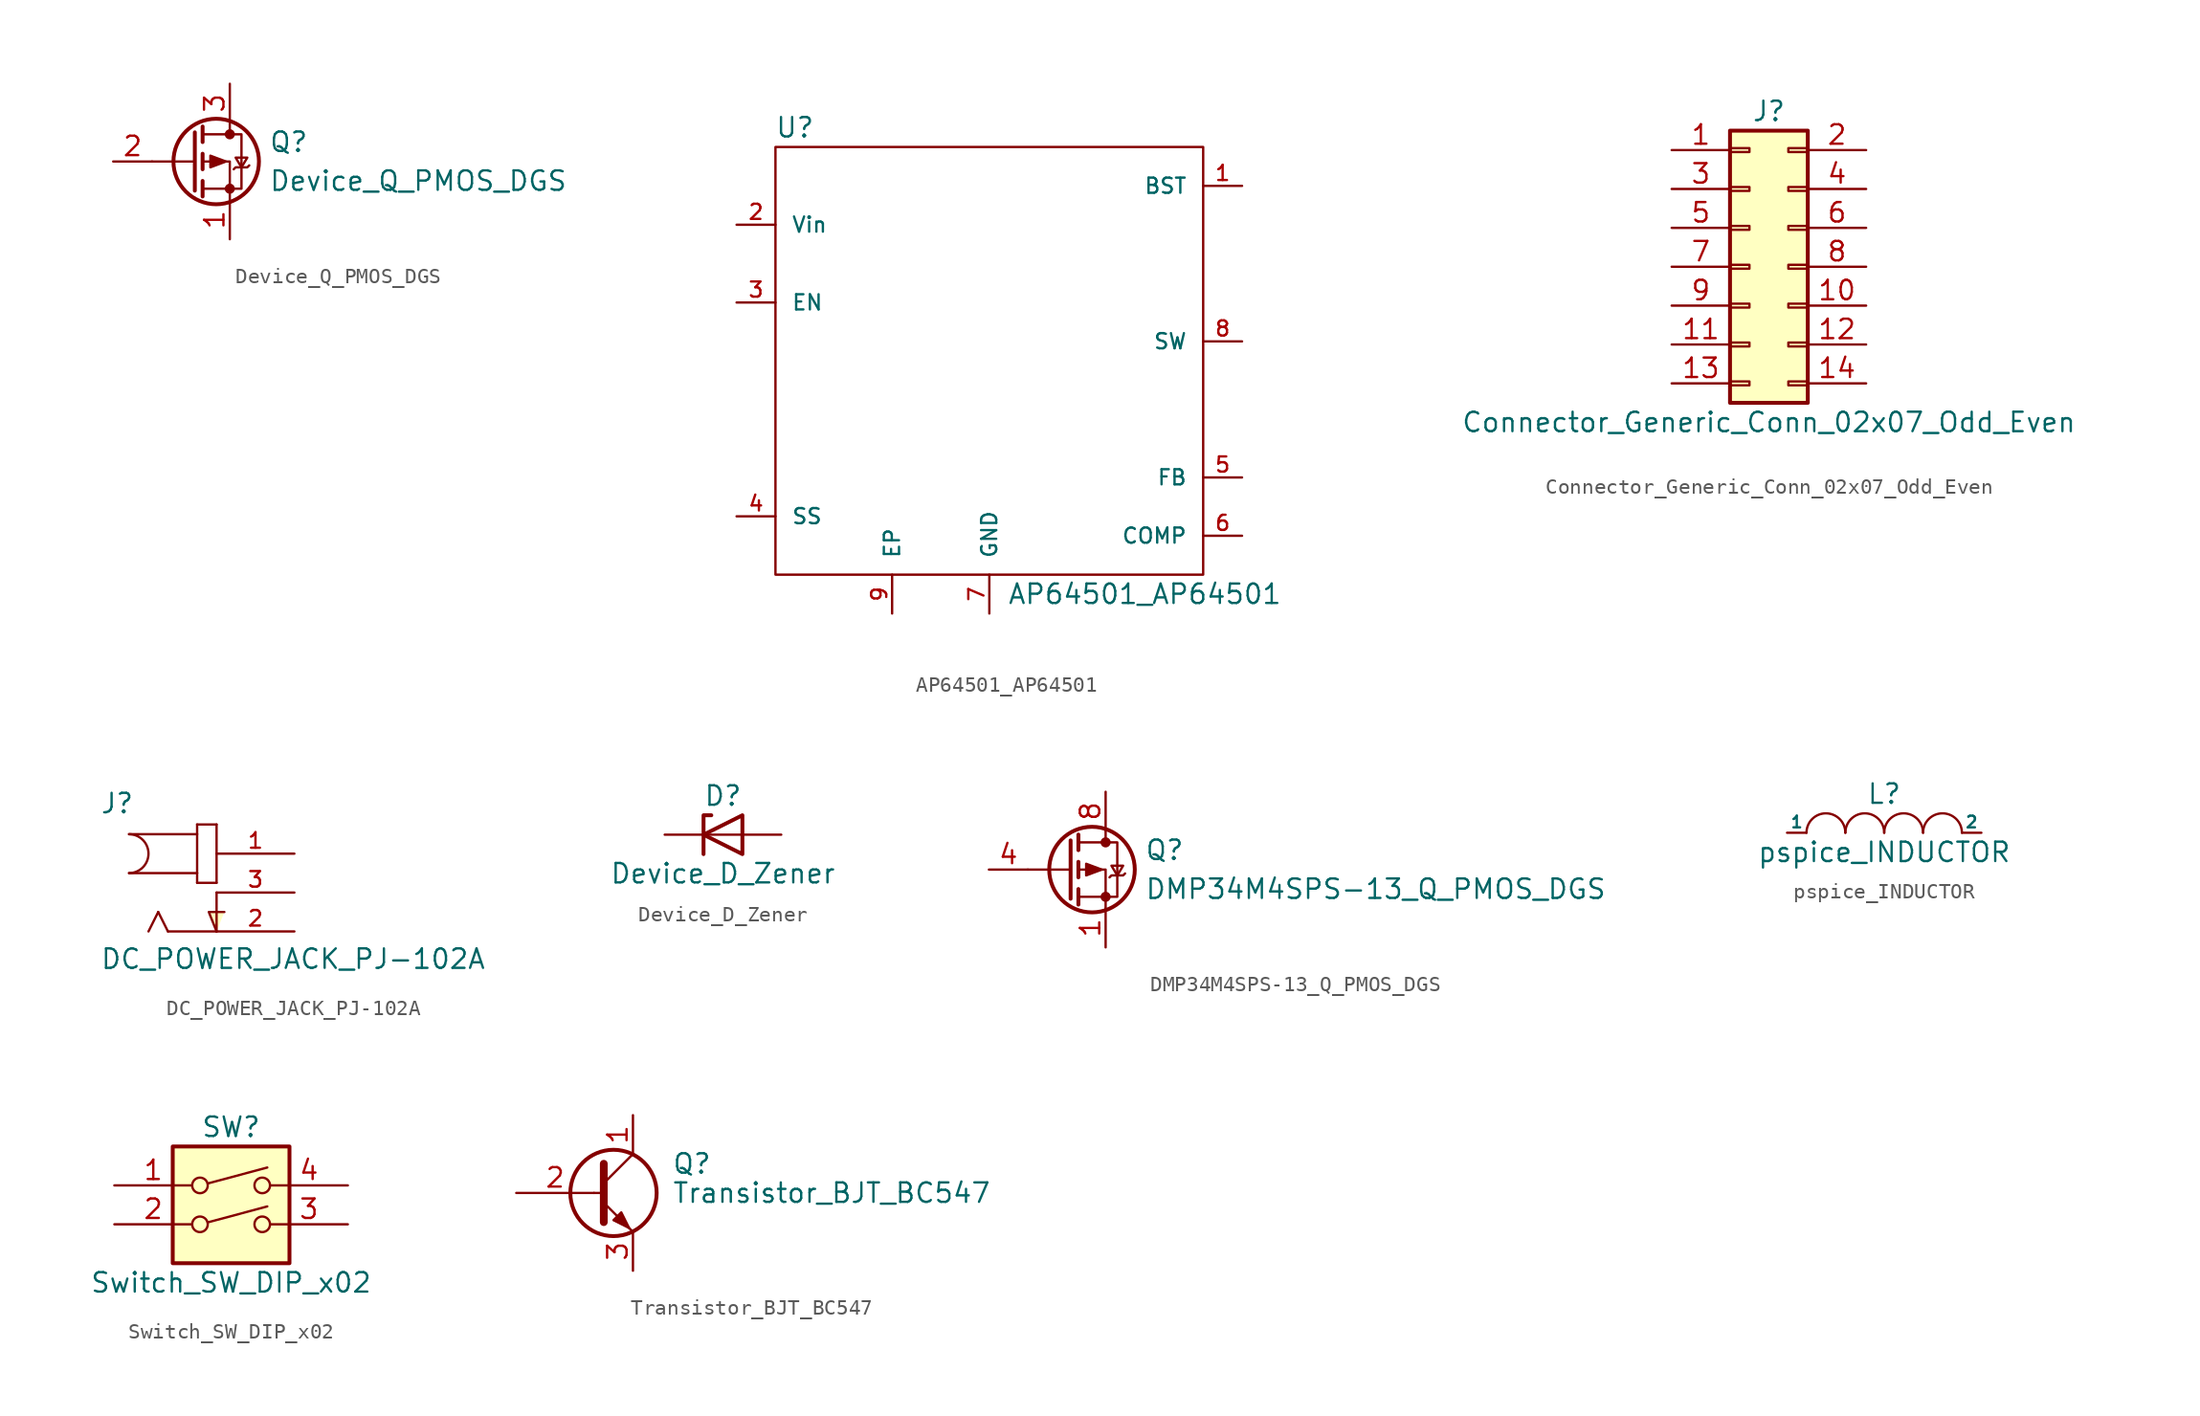
<source format=kicad_sym>
(kicad_symbol_lib
  (version 20210619)
  (generator kicad_symbol_editor)
  (symbol "5V_DC-DC_Converter-cache:Device_Q_PMOS_DGS"
    (pin_names
      (offset 0) hide)
    (property "Reference" "Q"
      (at 5.08 1.27 0)
      (effects (font (size 1.27 1.27)) (justify left)))
    (property "Value" "Device_Q_PMOS_DGS"
      (at 5.08 -1.27 0)
      (effects (font (size 1.27 1.27)) (justify left)))
    (symbol "Device_Q_PMOS_DGS_0_1"
      (circle (center 1.651 0) (radius 2.794) (stroke (width 0.254)) (fill (type none)))
      (circle (center 2.54 -1.778) (radius 0.254) (stroke (width 0)) (fill (type outline)))
      (circle (center 2.54 1.778) (radius 0.254) (stroke (width 0)) (fill (type outline)))
      (polyline (pts (xy 0.254 0) (xy -2.54 0)) (stroke (width 0)) (fill (type none)))
      (polyline (pts (xy 0.254 1.905) (xy 0.254 -1.905)) (stroke (width 0.254)) (fill (type none)))
      (polyline (pts (xy 0.762 -1.27) (xy 0.762 -2.286)) (stroke (width 0.254)) (fill (type none)))
      (polyline (pts (xy 0.762 0.508) (xy 0.762 -0.508)) (stroke (width 0.254)) (fill (type none)))
      (polyline (pts (xy 0.762 2.286) (xy 0.762 1.27)) (stroke (width 0.254)) (fill (type none)))
      (polyline (pts (xy 2.54 2.54) (xy 2.54 1.778)) (stroke (width 0)) (fill (type none)))
      (polyline (pts (xy 2.54 -2.54) (xy 2.54 0) (xy 0.762 0)) (stroke (width 0)) (fill (type none)))
      (polyline (pts (xy 0.762 1.778) (xy 3.302 1.778) (xy 3.302 -1.778) (xy 0.762 -1.778)) (stroke (width 0)) (fill (type none)))
      (polyline (pts (xy 2.794 -0.508) (xy 2.921 -0.381) (xy 3.683 -0.381) (xy 3.81 -0.254)) (stroke (width 0)) (fill (type none)))
      (polyline (pts (xy 3.302 -0.381) (xy 2.921 0.254) (xy 3.683 0.254) (xy 3.302 -0.381)) (stroke (width 0)) (fill (type none)))
      (polyline (pts (xy 2.286 0) (xy 1.27 0.381) (xy 1.27 -0.381) (xy 2.286 0)) (stroke (width 0)) (fill (type outline))))
    (symbol "Device_Q_PMOS_DGS_1_1"
      (pin passive line (at 2.54 -5.08 90) (length 2.54) (name "S" (effects (font (size 1.27 1.27)))) (number "1" (effects (font (size 1.27 1.27)))))
      (pin input line (at -5.08 0 0) (length 2.54) (name "G" (effects (font (size 1.27 1.27)))) (number "2" (effects (font (size 1.27 1.27)))))
      (pin passive line (at 2.54 5.08 270) (length 2.54) (name "D" (effects (font (size 1.27 1.27)))) (number "3" (effects (font (size 1.27 1.27)))))))
  (symbol "AP64501_AP64501"
    (pin_names
      (offset 1.016))
    (property "Reference" "U"
      (at -12.7 15.24 0)
      (effects (font (size 1.27 1.27))))
    (property "Value" "AP64501_AP64501"
      (at 10.16 -15.24 0)
      (effects (font (size 1.27 1.27))))
    (symbol "AP64501_AP64501_0_1"
      (rectangle (start -13.97 13.97) (end 13.97 -13.97) (stroke (width 0)) (fill (type none))))
    (symbol "AP64501_AP64501_1_1"
      (pin input line (at 16.51 11.43 180) (length 2.54) (name "BST" (effects (font (size 0.991 0.991)))) (number "1" (effects (font (size 0.991 0.991)))))
      (pin input line (at -16.51 8.89 0) (length 2.54) (name "Vin" (effects (font (size 0.991 0.991)))) (number "2" (effects (font (size 0.991 0.991)))))
      (pin input line (at -16.51 3.81 0) (length 2.54) (name "EN" (effects (font (size 0.991 0.991)))) (number "3" (effects (font (size 0.991 0.991)))))
      (pin input line (at -16.51 -10.16 0) (length 2.54) (name "SS" (effects (font (size 0.991 0.991)))) (number "4" (effects (font (size 0.991 0.991)))))
      (pin input line (at 16.51 -7.62 180) (length 2.54) (name "FB" (effects (font (size 0.991 0.991)))) (number "5" (effects (font (size 0.991 0.991)))))
      (pin input line (at 16.51 -11.43 180) (length 2.54) (name "COMP" (effects (font (size 0.991 0.991)))) (number "6" (effects (font (size 0.991 0.991)))))
      (pin power_in line (at 0 -16.51 90) (length 2.54) (name "GND" (effects (font (size 0.991 0.991)))) (number "7" (effects (font (size 0.991 0.991)))))
      (pin input line (at 16.51 1.27 180) (length 2.54) (name "SW" (effects (font (size 0.991 0.991)))) (number "8" (effects (font (size 0.991 0.991)))))
      (pin power_in line (at -6.35 -16.51 90) (length 2.54) (name "EP" (effects (font (size 0.991 0.991)))) (number "9" (effects (font (size 0.991 0.991)))))))
  (symbol "Connector_Generic_Conn_02x07_Odd_Even"
    (pin_names
      (offset 1.016) hide)
    (property "Reference" "J"
      (at 1.27 10.16 0)
      (effects (font (size 1.27 1.27))))
    (property "Value" "Connector_Generic_Conn_02x07_Odd_Even"
      (at 1.27 -10.16 0)
      (effects (font (size 1.27 1.27))))
    (symbol "Connector_Generic_Conn_02x07_Odd_Even_1_1"
      (rectangle (start -1.27 -7.493) (end 0 -7.747) (stroke (width 0.152)) (fill (type none)))
      (rectangle (start -1.27 -4.953) (end 0 -5.207) (stroke (width 0.152)) (fill (type none)))
      (rectangle (start -1.27 -2.413) (end 0 -2.667) (stroke (width 0.152)) (fill (type none)))
      (rectangle (start -1.27 0.127) (end 0 -0.127) (stroke (width 0.152)) (fill (type none)))
      (rectangle (start -1.27 2.667) (end 0 2.413) (stroke (width 0.152)) (fill (type none)))
      (rectangle (start -1.27 5.207) (end 0 4.953) (stroke (width 0.152)) (fill (type none)))
      (rectangle (start -1.27 7.747) (end 0 7.493) (stroke (width 0.152)) (fill (type none)))
      (rectangle (start 3.81 -7.493) (end 2.54 -7.747) (stroke (width 0.152)) (fill (type none)))
      (rectangle (start 3.81 -4.953) (end 2.54 -5.207) (stroke (width 0.152)) (fill (type none)))
      (rectangle (start 3.81 -2.413) (end 2.54 -2.667) (stroke (width 0.152)) (fill (type none)))
      (rectangle (start 3.81 0.127) (end 2.54 -0.127) (stroke (width 0.152)) (fill (type none)))
      (rectangle (start 3.81 2.667) (end 2.54 2.413) (stroke (width 0.152)) (fill (type none)))
      (rectangle (start 3.81 5.207) (end 2.54 4.953) (stroke (width 0.152)) (fill (type none)))
      (rectangle (start 3.81 7.747) (end 2.54 7.493) (stroke (width 0.152)) (fill (type none)))
      (rectangle (start -1.27 8.89) (end 3.81 -8.89) (stroke (width 0.254)) (fill (type background)))
      (pin passive line (at -5.08 7.62 0) (length 3.81) (name "Pin_1" (effects (font (size 1.27 1.27)))) (number "1" (effects (font (size 1.27 1.27)))))
      (pin passive line (at 7.62 -2.54 180) (length 3.81) (name "Pin_10" (effects (font (size 1.27 1.27)))) (number "10" (effects (font (size 1.27 1.27)))))
      (pin passive line (at -5.08 -5.08 0) (length 3.81) (name "Pin_11" (effects (font (size 1.27 1.27)))) (number "11" (effects (font (size 1.27 1.27)))))
      (pin passive line (at 7.62 -5.08 180) (length 3.81) (name "Pin_12" (effects (font (size 1.27 1.27)))) (number "12" (effects (font (size 1.27 1.27)))))
      (pin passive line (at -5.08 -7.62 0) (length 3.81) (name "Pin_13" (effects (font (size 1.27 1.27)))) (number "13" (effects (font (size 1.27 1.27)))))
      (pin passive line (at 7.62 -7.62 180) (length 3.81) (name "Pin_14" (effects (font (size 1.27 1.27)))) (number "14" (effects (font (size 1.27 1.27)))))
      (pin passive line (at 7.62 7.62 180) (length 3.81) (name "Pin_2" (effects (font (size 1.27 1.27)))) (number "2" (effects (font (size 1.27 1.27)))))
      (pin passive line (at -5.08 5.08 0) (length 3.81) (name "Pin_3" (effects (font (size 1.27 1.27)))) (number "3" (effects (font (size 1.27 1.27)))))
      (pin passive line (at 7.62 5.08 180) (length 3.81) (name "Pin_4" (effects (font (size 1.27 1.27)))) (number "4" (effects (font (size 1.27 1.27)))))
      (pin passive line (at -5.08 2.54 0) (length 3.81) (name "Pin_5" (effects (font (size 1.27 1.27)))) (number "5" (effects (font (size 1.27 1.27)))))
      (pin passive line (at 7.62 2.54 180) (length 3.81) (name "Pin_6" (effects (font (size 1.27 1.27)))) (number "6" (effects (font (size 1.27 1.27)))))
      (pin passive line (at -5.08 0 0) (length 3.81) (name "Pin_7" (effects (font (size 1.27 1.27)))) (number "7" (effects (font (size 1.27 1.27)))))
      (pin passive line (at 7.62 0 180) (length 3.81) (name "Pin_8" (effects (font (size 1.27 1.27)))) (number "8" (effects (font (size 1.27 1.27)))))
      (pin passive line (at -5.08 -2.54 0) (length 3.81) (name "Pin_9" (effects (font (size 1.27 1.27)))) (number "9" (effects (font (size 1.27 1.27)))))))
  (symbol "DC_POWER_JACK_PJ-102A"
    (pin_names
      (offset 1.016) hide)
    (property "Reference" "J"
      (at -7.62 5.08 0)
      (effects (font (size 1.27 1.27)) (justify left bottom)))
    (property "Value" "DC_POWER_JACK_PJ-102A"
      (at -7.62 -5.08 0)
      (effects (font (size 1.27 1.27)) (justify left bottom)))
    (property "ki_locked" ""
      (at 0 0 0)
      (effects (font (size 1.27 1.27))))
    (symbol "DC_POWER_JACK_PJ-102A_0_0"
      (arc (start -5.715 1.27) (end -5.715 3.81) (radius (at -5.715 2.54) (length 1.27) (angles 89.9 -90)) (stroke (width 0.1524)) (fill (type none)))
      (polyline (pts (xy -5.715 3.81) (xy -1.27 3.81)) (stroke (width 0.152)) (fill (type none)))
      (polyline (pts (xy -3.81 -1.27) (xy -4.445 -2.54)) (stroke (width 0.152)) (fill (type none)))
      (polyline (pts (xy -3.175 -2.54) (xy -3.81 -1.27)) (stroke (width 0.152)) (fill (type none)))
      (polyline (pts (xy -1.27 0.635) (xy 0 0.635)) (stroke (width 0.152)) (fill (type none)))
      (polyline (pts (xy -1.27 1.27) (xy -5.715 1.27)) (stroke (width 0.152)) (fill (type none)))
      (polyline (pts (xy -1.27 1.27) (xy -1.27 0.635)) (stroke (width 0.152)) (fill (type none)))
      (polyline (pts (xy -1.27 3.81) (xy -1.27 1.27)) (stroke (width 0.152)) (fill (type none)))
      (polyline (pts (xy -1.27 4.445) (xy -1.27 3.81)) (stroke (width 0.152)) (fill (type none)))
      (polyline (pts (xy 0 -2.54) (xy -3.175 -2.54)) (stroke (width 0.152)) (fill (type none)))
      (polyline (pts (xy 0 0) (xy 0 -2.54)) (stroke (width 0.152)) (fill (type none)))
      (polyline (pts (xy 0 0.635) (xy 0 4.445)) (stroke (width 0.152)) (fill (type none)))
      (polyline (pts (xy 0 4.445) (xy -1.27 4.445)) (stroke (width 0.152)) (fill (type none)))
      (polyline (pts (xy 0 -2.54) (xy -0.508 -1.27) (xy 0.508 -1.27)) (stroke (width 0.152)) (fill (type background)))
      (pin passive line (at 5.08 2.54 180) (length 5.08) (name "~" (effects (font (size 1.016 1.016)))) (number "1" (effects (font (size 1.016 1.016)))))
      (pin passive line (at 5.08 -2.54 180) (length 5.08) (name "~" (effects (font (size 1.016 1.016)))) (number "2" (effects (font (size 1.016 1.016)))))
      (pin passive line (at 5.08 0 180) (length 5.08) (name "~" (effects (font (size 1.016 1.016)))) (number "3" (effects (font (size 1.016 1.016)))))))
  (symbol "Device_D_Zener"
    (pin_numbers hide)
    (pin_names
      (offset 1.016) hide)
    (property "Reference" "D"
      (at 0 2.54 0)
      (effects (font (size 1.27 1.27))))
    (property "Value" "Device_D_Zener"
      (at 0 -2.54 0)
      (effects (font (size 1.27 1.27))))
    (symbol "Device_D_Zener_0_1"
      (polyline (pts (xy 1.27 0) (xy -1.27 0)) (stroke (width 0)) (fill (type none)))
      (polyline (pts (xy -1.27 -1.27) (xy -1.27 1.27) (xy -0.762 1.27)) (stroke (width 0.254)) (fill (type none)))
      (polyline (pts (xy 1.27 -1.27) (xy 1.27 1.27) (xy -1.27 0) (xy 1.27 -1.27)) (stroke (width 0.254)) (fill (type none))))
    (symbol "Device_D_Zener_1_1"
      (pin passive line (at -3.81 0 0) (length 2.54) (name "K" (effects (font (size 1.27 1.27)))) (number "1" (effects (font (size 1.27 1.27)))))
      (pin passive line (at 3.81 0 180) (length 2.54) (name "A" (effects (font (size 1.27 1.27)))) (number "2" (effects (font (size 1.27 1.27)))))))
  (symbol "DMP34M4SPS-13_Q_PMOS_DGS"
    (pin_names
      (offset 0) hide)
    (property "Reference" "Q"
      (at 5.08 1.27 0)
      (effects (font (size 1.27 1.27)) (justify left)))
    (property "Value" "DMP34M4SPS-13_Q_PMOS_DGS"
      (at 5.08 -1.27 0)
      (effects (font (size 1.27 1.27)) (justify left)))
    (symbol "DMP34M4SPS-13_Q_PMOS_DGS_0_1"
      (circle (center 1.651 0) (radius 2.794) (stroke (width 0.254)) (fill (type none)))
      (circle (center 2.54 -1.778) (radius 0.254) (stroke (width 0)) (fill (type outline)))
      (circle (center 2.54 1.778) (radius 0.254) (stroke (width 0)) (fill (type outline)))
      (polyline (pts (xy 0.254 0) (xy -2.54 0)) (stroke (width 0)) (fill (type none)))
      (polyline (pts (xy 0.254 1.905) (xy 0.254 -1.905)) (stroke (width 0.254)) (fill (type none)))
      (polyline (pts (xy 0.762 -1.27) (xy 0.762 -2.286)) (stroke (width 0.254)) (fill (type none)))
      (polyline (pts (xy 0.762 0.508) (xy 0.762 -0.508)) (stroke (width 0.254)) (fill (type none)))
      (polyline (pts (xy 0.762 2.286) (xy 0.762 1.27)) (stroke (width 0.254)) (fill (type none)))
      (polyline (pts (xy 2.54 2.54) (xy 2.54 1.778)) (stroke (width 0)) (fill (type none)))
      (polyline (pts (xy 2.54 -2.54) (xy 2.54 0) (xy 0.762 0)) (stroke (width 0)) (fill (type none)))
      (polyline (pts (xy 0.762 1.778) (xy 3.302 1.778) (xy 3.302 -1.778) (xy 0.762 -1.778)) (stroke (width 0)) (fill (type none)))
      (polyline (pts (xy 2.794 -0.508) (xy 2.921 -0.381) (xy 3.683 -0.381) (xy 3.81 -0.254)) (stroke (width 0)) (fill (type none)))
      (polyline (pts (xy 3.302 -0.381) (xy 2.921 0.254) (xy 3.683 0.254) (xy 3.302 -0.381)) (stroke (width 0)) (fill (type none)))
      (polyline (pts (xy 2.286 0) (xy 1.27 0.381) (xy 1.27 -0.381) (xy 2.286 0)) (stroke (width 0)) (fill (type outline))))
    (symbol "DMP34M4SPS-13_Q_PMOS_DGS_1_1"
      (pin passive line (at 2.54 -5.08 90) (length 2.54) (name "S" (effects (font (size 1.27 1.27)))) (number "1" (effects (font (size 1.27 1.27)))))
      (pin input line (at -5.08 0 0) (length 2.54) (name "G" (effects (font (size 1.27 1.27)))) (number "4" (effects (font (size 1.27 1.27)))))
      (pin passive line (at 2.54 5.08 270) (length 2.54) (name "D" (effects (font (size 1.27 1.27)))) (number "8" (effects (font (size 1.27 1.27)))))))
  (symbol "pspice_INDUCTOR"
    (pin_numbers hide)
    (pin_names
      (offset 0))
    (property "Reference" "L"
      (at 0 2.54 0)
      (effects (font (size 1.27 1.27))))
    (property "Value" "pspice_INDUCTOR"
      (at 0 -1.27 0)
      (effects (font (size 1.27 1.27))))
    (symbol "pspice_INDUCTOR_0_1"
      (arc (start -2.54 0) (end -5.08 0) (radius (at -3.81 0) (length 1.27) (angles 0.1 179.9)) (stroke (width 0)) (fill (type none)))
      (arc (start 0 0) (end -2.54 0) (radius (at -1.27 0) (length 1.27) (angles 0.1 179.9)) (stroke (width 0)) (fill (type none)))
      (arc (start 2.54 0) (end 0 0) (radius (at 1.27 0) (length 1.27) (angles 0.1 179.9)) (stroke (width 0)) (fill (type none)))
      (arc (start 5.08 0) (end 2.54 0) (radius (at 3.81 0) (length 1.27) (angles 0.1 179.9)) (stroke (width 0)) (fill (type none))))
    (symbol "pspice_INDUCTOR_1_1"
      (pin input line (at -6.35 0 0) (length 1.27) (name "1" (effects (font (size 0.762 0.762)))) (number "1" (effects (font (size 0.762 0.762)))))
      (pin input line (at 6.35 0 180) (length 1.27) (name "2" (effects (font (size 0.762 0.762)))) (number "2" (effects (font (size 0.762 0.762)))))))
  (symbol "Switch_SW_DIP_x02"
    (pin_names
      (offset 0) hide)
    (property "Reference" "SW"
      (at 0 6.35 0)
      (effects (font (size 1.27 1.27))))
    (property "Value" "Switch_SW_DIP_x02"
      (at 0 -3.81 0)
      (effects (font (size 1.27 1.27))))
    (symbol "Switch_SW_DIP_x02_0_0"
      (circle (center -2.032 0) (radius 0.508) (stroke (width 0)) (fill (type none)))
      (circle (center -2.032 2.54) (radius 0.508) (stroke (width 0)) (fill (type none)))
      (circle (center 2.032 0) (radius 0.508) (stroke (width 0)) (fill (type none)))
      (circle (center 2.032 2.54) (radius 0.508) (stroke (width 0)) (fill (type none)))
      (polyline (pts (xy -1.524 0.127) (xy 2.362 1.168)) (stroke (width 0)) (fill (type none)))
      (polyline (pts (xy -1.524 2.667) (xy 2.362 3.708)) (stroke (width 0)) (fill (type none))))
    (symbol "Switch_SW_DIP_x02_0_1"
      (rectangle (start -3.81 5.08) (end 3.81 -2.54) (stroke (width 0.254)) (fill (type background))))
    (symbol "Switch_SW_DIP_x02_1_1"
      (pin passive line (at -7.62 2.54 0) (length 5.08) (name "~" (effects (font (size 1.27 1.27)))) (number "1" (effects (font (size 1.27 1.27)))))
      (pin passive line (at -7.62 0 0) (length 5.08) (name "~" (effects (font (size 1.27 1.27)))) (number "2" (effects (font (size 1.27 1.27)))))
      (pin passive line (at 7.62 0 180) (length 5.08) (name "~" (effects (font (size 1.27 1.27)))) (number "3" (effects (font (size 1.27 1.27)))))
      (pin passive line (at 7.62 2.54 180) (length 5.08) (name "~" (effects (font (size 1.27 1.27)))) (number "4" (effects (font (size 1.27 1.27)))))))
  (symbol "Transistor_BJT_BC547"
    (pin_names
      (offset 0) hide)
    (property "Reference" "Q"
      (at 5.08 1.905 0)
      (effects (font (size 1.27 1.27)) (justify left)))
    (property "Value" "Transistor_BJT_BC547"
      (at 5.08 0 0)
      (effects (font (size 1.27 1.27)) (justify left)))
    (symbol "Transistor_BJT_BC547_0_1"
      (circle (center 1.27 0) (radius 2.819) (stroke (width 0.254)) (fill (type none)))
      (polyline (pts (xy 0 0) (xy 0.635 0)) (stroke (width 0)) (fill (type none)))
      (polyline (pts (xy 0.635 0.635) (xy 2.54 2.54)) (stroke (width 0)) (fill (type none)))
      (polyline (pts (xy 0.635 -0.635) (xy 2.54 -2.54) (xy 2.54 -2.54)) (stroke (width 0)) (fill (type none)))
      (polyline (pts (xy 0.635 1.905) (xy 0.635 -1.905) (xy 0.635 -1.905)) (stroke (width 0.508)) (fill (type none)))
      (polyline (pts (xy 1.27 -1.778) (xy 1.778 -1.27) (xy 2.286 -2.286) (xy 1.27 -1.778) (xy 1.27 -1.778)) (stroke (width 0)) (fill (type outline))))
    (symbol "Transistor_BJT_BC547_1_1"
      (pin passive line (at 2.54 5.08 270) (length 2.54) (name "C" (effects (font (size 1.27 1.27)))) (number "1" (effects (font (size 1.27 1.27)))))
      (pin input line (at -5.08 0 0) (length 5.08) (name "B" (effects (font (size 1.27 1.27)))) (number "2" (effects (font (size 1.27 1.27)))))
      (pin passive line (at 2.54 -5.08 90) (length 2.54) (name "E" (effects (font (size 1.27 1.27)))) (number "3" (effects (font (size 1.27 1.27))))))))
</source>
